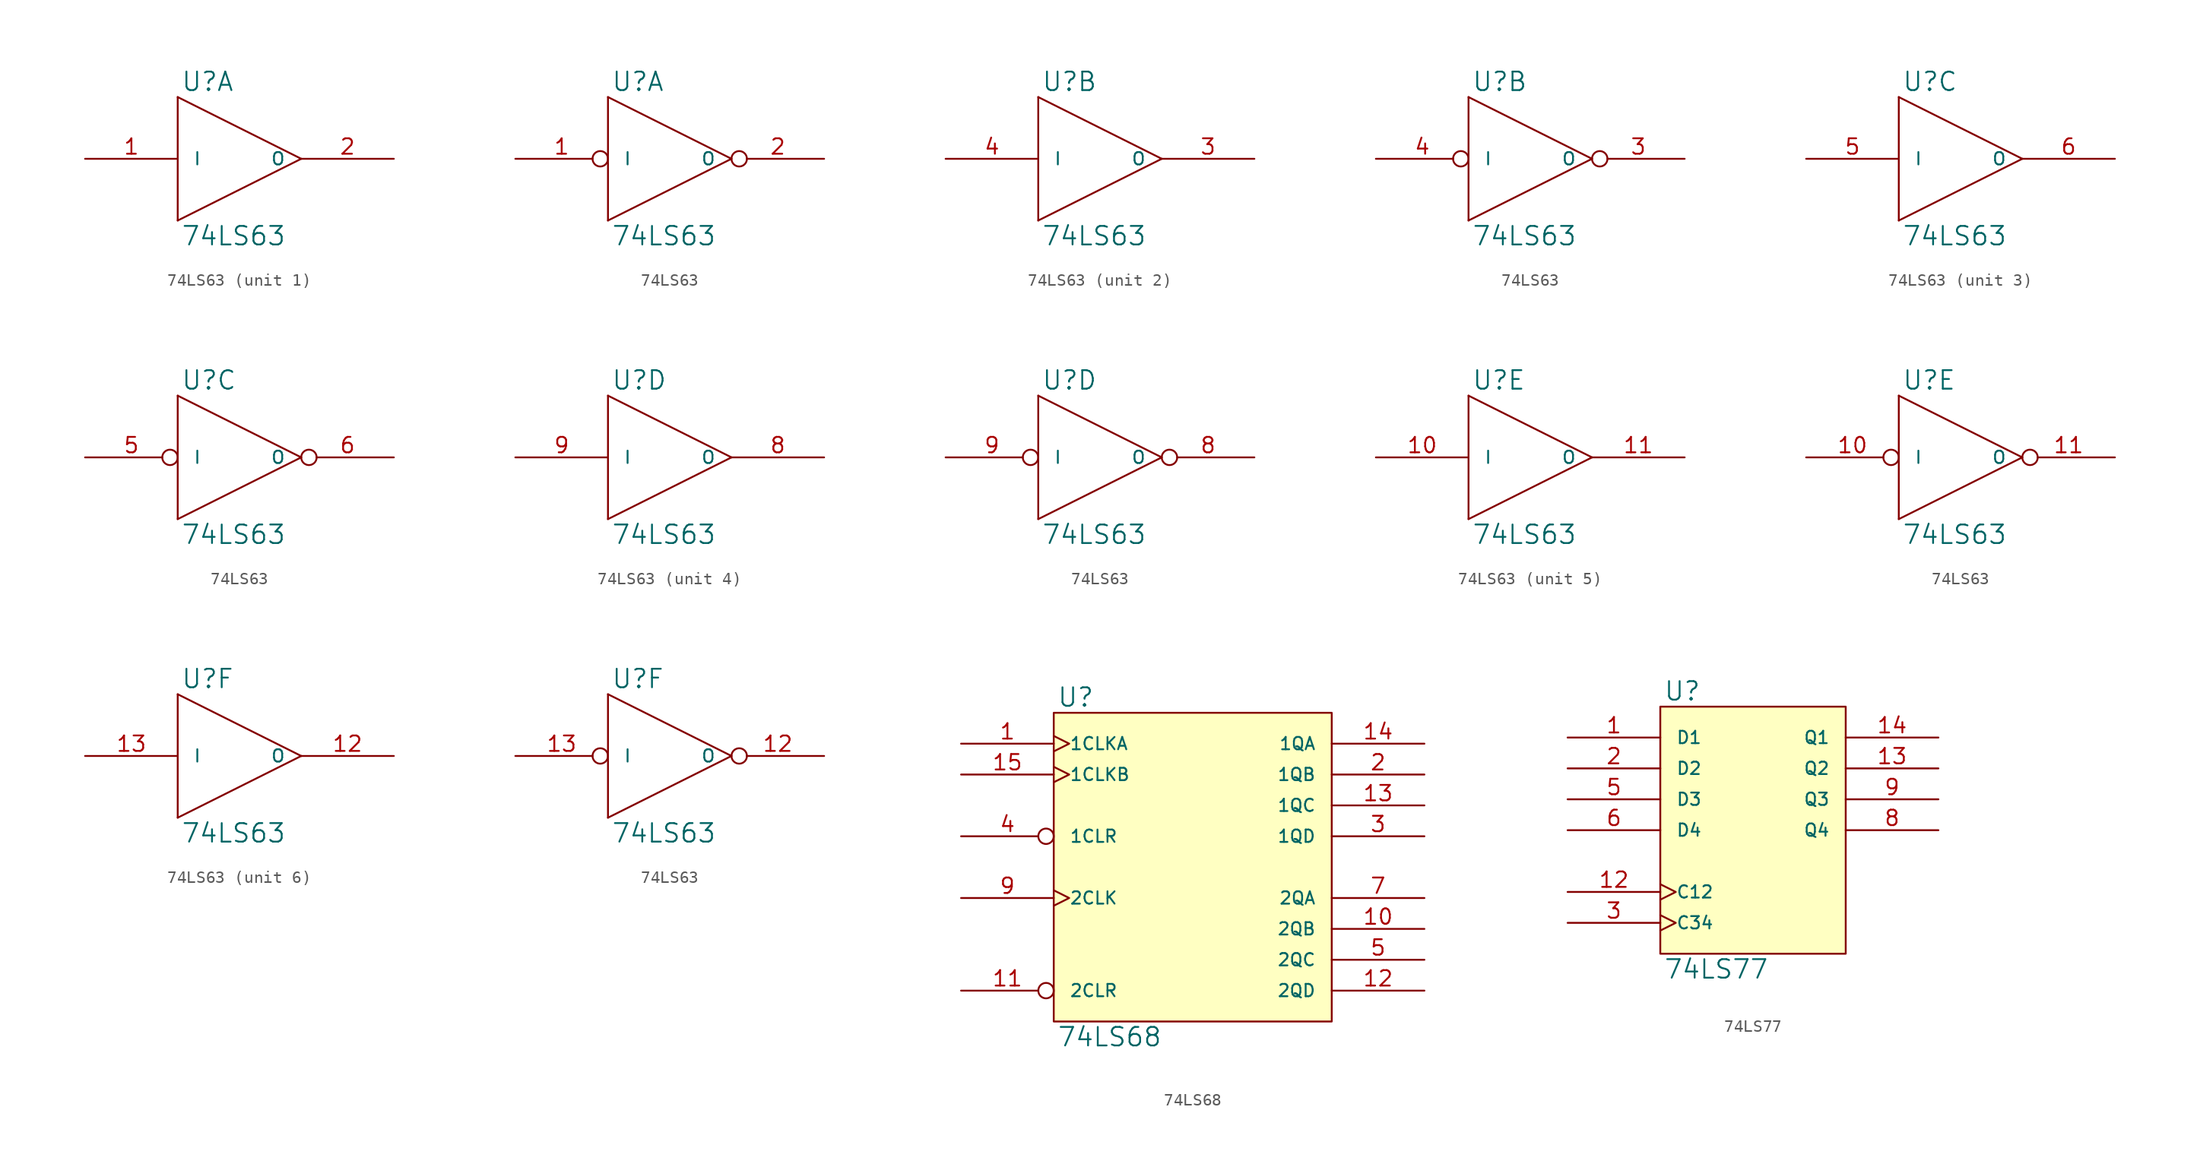
<source format=kicad_sym>
(kicad_symbol_lib
  (version 20231120)
  (generator "kicad_symbol_editor")
  (generator_version "8.0")
  (symbol "74LS63"
    (pin_names
      (offset 1.27))
    (property "Reference" "U"
      (at 0.254 0.381 0)
      (effects (font (size 1.524 1.524)) (justify left bottom)))
    (property "Value" "74LS63"
      (at 0.254 -10.541 0)
      (effects (font (size 1.524 1.524)) (justify left top)))
    (symbol "74LS63_0_1"
      (polyline (pts (xy 0 -10.16) (xy 0 0)) (stroke (width 0) (type solid)) (fill (type none)))
      (polyline (pts (xy 0 0) (xy 10.16 -5.08)) (stroke (width 0) (type solid)) (fill (type none)))
      (polyline (pts (xy 10.16 -5.08) (xy 0 -10.16)) (stroke (width 0) (type solid)) (fill (type none))))
    (symbol "74LS63_0_2"
      (polyline (pts (xy 0 -10.16) (xy 0 0)) (stroke (width 0) (type solid)) (fill (type none)))
      (polyline (pts (xy 0 0) (xy 10.16 -5.08)) (stroke (width 0) (type solid)) (fill (type none)))
      (polyline (pts (xy 10.16 -5.08) (xy 0 -10.16)) (stroke (width 0) (type solid)) (fill (type none))))
    (symbol "74LS63_1_1"
      (pin input line (at -7.62 -5.08 0) (length 7.62) (name "I" (effects (font (size 1.016 1.016)))) (number "1" (effects (font (size 1.27 1.27)))))
      (pin power_in line (at 0 0 270) (length 0) hide (name "VCC" (effects (font (size 1.016 1.016)))) (number "14" (effects (font (size 1.27 1.27)))))
      (pin output line (at 17.78 -5.08 180) (length 7.62) (name "O" (effects (font (size 1.016 1.016)))) (number "2" (effects (font (size 1.27 1.27)))))
      (pin power_in line (at 0 -10.16 90) (length 0) hide (name "GND" (effects (font (size 1.016 1.016)))) (number "7" (effects (font (size 1.27 1.27))))))
    (symbol "74LS63_1_2"
      (pin input inverted (at -7.62 -5.08 0) (length 7.62) (name "I" (effects (font (size 1.016 1.016)))) (number "1" (effects (font (size 1.27 1.27)))))
      (pin power_in line (at 0 0 270) (length 0) hide (name "VCC" (effects (font (size 1.016 1.016)))) (number "14" (effects (font (size 1.27 1.27)))))
      (pin output inverted (at 17.78 -5.08 180) (length 7.62) (name "O" (effects (font (size 1.016 1.016)))) (number "2" (effects (font (size 1.27 1.27)))))
      (pin power_in line (at 0 -10.16 90) (length 0) hide (name "GND" (effects (font (size 1.016 1.016)))) (number "7" (effects (font (size 1.27 1.27))))))
    (symbol "74LS63_2_1"
      (pin power_in line (at 0 0 270) (length 0) hide (name "VCC" (effects (font (size 1.016 1.016)))) (number "14" (effects (font (size 1.27 1.27)))))
      (pin output line (at 17.78 -5.08 180) (length 7.62) (name "O" (effects (font (size 1.016 1.016)))) (number "3" (effects (font (size 1.27 1.27)))))
      (pin input line (at -7.62 -5.08 0) (length 7.62) (name "I" (effects (font (size 1.016 1.016)))) (number "4" (effects (font (size 1.27 1.27)))))
      (pin power_in line (at 0 -10.16 90) (length 0) hide (name "GND" (effects (font (size 1.016 1.016)))) (number "7" (effects (font (size 1.27 1.27))))))
    (symbol "74LS63_2_2"
      (pin power_in line (at 0 0 270) (length 0) hide (name "VCC" (effects (font (size 1.016 1.016)))) (number "14" (effects (font (size 1.27 1.27)))))
      (pin output inverted (at 17.78 -5.08 180) (length 7.62) (name "O" (effects (font (size 1.016 1.016)))) (number "3" (effects (font (size 1.27 1.27)))))
      (pin input inverted (at -7.62 -5.08 0) (length 7.62) (name "I" (effects (font (size 1.016 1.016)))) (number "4" (effects (font (size 1.27 1.27)))))
      (pin power_in line (at 0 -10.16 90) (length 0) hide (name "GND" (effects (font (size 1.016 1.016)))) (number "7" (effects (font (size 1.27 1.27))))))
    (symbol "74LS63_3_1"
      (pin power_in line (at 0 0 270) (length 0) hide (name "VCC" (effects (font (size 1.016 1.016)))) (number "14" (effects (font (size 1.27 1.27)))))
      (pin input line (at -7.62 -5.08 0) (length 7.62) (name "I" (effects (font (size 1.016 1.016)))) (number "5" (effects (font (size 1.27 1.27)))))
      (pin output line (at 17.78 -5.08 180) (length 7.62) (name "O" (effects (font (size 1.016 1.016)))) (number "6" (effects (font (size 1.27 1.27)))))
      (pin power_in line (at 0 -10.16 90) (length 0) hide (name "GND" (effects (font (size 1.016 1.016)))) (number "7" (effects (font (size 1.27 1.27))))))
    (symbol "74LS63_3_2"
      (pin power_in line (at 0 0 270) (length 0) hide (name "VCC" (effects (font (size 1.016 1.016)))) (number "14" (effects (font (size 1.27 1.27)))))
      (pin input inverted (at -7.62 -5.08 0) (length 7.62) (name "I" (effects (font (size 1.016 1.016)))) (number "5" (effects (font (size 1.27 1.27)))))
      (pin output inverted (at 17.78 -5.08 180) (length 7.62) (name "O" (effects (font (size 1.016 1.016)))) (number "6" (effects (font (size 1.27 1.27)))))
      (pin power_in line (at 0 -10.16 90) (length 0) hide (name "GND" (effects (font (size 1.016 1.016)))) (number "7" (effects (font (size 1.27 1.27))))))
    (symbol "74LS63_4_1"
      (pin power_in line (at 0 0 270) (length 0) hide (name "VCC" (effects (font (size 1.016 1.016)))) (number "14" (effects (font (size 1.27 1.27)))))
      (pin power_in line (at 0 -10.16 90) (length 0) hide (name "GND" (effects (font (size 1.016 1.016)))) (number "7" (effects (font (size 1.27 1.27)))))
      (pin output line (at 17.78 -5.08 180) (length 7.62) (name "O" (effects (font (size 1.016 1.016)))) (number "8" (effects (font (size 1.27 1.27)))))
      (pin input line (at -7.62 -5.08 0) (length 7.62) (name "I" (effects (font (size 1.016 1.016)))) (number "9" (effects (font (size 1.27 1.27))))))
    (symbol "74LS63_4_2"
      (pin power_in line (at 0 0 270) (length 0) hide (name "VCC" (effects (font (size 1.016 1.016)))) (number "14" (effects (font (size 1.27 1.27)))))
      (pin power_in line (at 0 -10.16 90) (length 0) hide (name "GND" (effects (font (size 1.016 1.016)))) (number "7" (effects (font (size 1.27 1.27)))))
      (pin output inverted (at 17.78 -5.08 180) (length 7.62) (name "O" (effects (font (size 1.016 1.016)))) (number "8" (effects (font (size 1.27 1.27)))))
      (pin input inverted (at -7.62 -5.08 0) (length 7.62) (name "I" (effects (font (size 1.016 1.016)))) (number "9" (effects (font (size 1.27 1.27))))))
    (symbol "74LS63_5_1"
      (pin input line (at -7.62 -5.08 0) (length 7.62) (name "I" (effects (font (size 1.016 1.016)))) (number "10" (effects (font (size 1.27 1.27)))))
      (pin output line (at 17.78 -5.08 180) (length 7.62) (name "O" (effects (font (size 1.016 1.016)))) (number "11" (effects (font (size 1.27 1.27)))))
      (pin power_in line (at 0 0 270) (length 0) hide (name "VCC" (effects (font (size 1.016 1.016)))) (number "14" (effects (font (size 1.27 1.27)))))
      (pin power_in line (at 0 -10.16 90) (length 0) hide (name "GND" (effects (font (size 1.016 1.016)))) (number "7" (effects (font (size 1.27 1.27))))))
    (symbol "74LS63_5_2"
      (pin input inverted (at -7.62 -5.08 0) (length 7.62) (name "I" (effects (font (size 1.016 1.016)))) (number "10" (effects (font (size 1.27 1.27)))))
      (pin output inverted (at 17.78 -5.08 180) (length 7.62) (name "O" (effects (font (size 1.016 1.016)))) (number "11" (effects (font (size 1.27 1.27)))))
      (pin power_in line (at 0 0 270) (length 0) hide (name "VCC" (effects (font (size 1.016 1.016)))) (number "14" (effects (font (size 1.27 1.27)))))
      (pin power_in line (at 0 -10.16 90) (length 0) hide (name "GND" (effects (font (size 1.016 1.016)))) (number "7" (effects (font (size 1.27 1.27))))))
    (symbol "74LS63_6_1"
      (pin output line (at 17.78 -5.08 180) (length 7.62) (name "O" (effects (font (size 1.016 1.016)))) (number "12" (effects (font (size 1.27 1.27)))))
      (pin input line (at -7.62 -5.08 0) (length 7.62) (name "I" (effects (font (size 1.016 1.016)))) (number "13" (effects (font (size 1.27 1.27)))))
      (pin power_in line (at 0 0 270) (length 0) hide (name "VCC" (effects (font (size 1.016 1.016)))) (number "14" (effects (font (size 1.27 1.27)))))
      (pin power_in line (at 0 -10.16 90) (length 0) hide (name "GND" (effects (font (size 1.016 1.016)))) (number "7" (effects (font (size 1.27 1.27))))))
    (symbol "74LS63_6_2"
      (pin output inverted (at 17.78 -5.08 180) (length 7.62) (name "O" (effects (font (size 1.016 1.016)))) (number "12" (effects (font (size 1.27 1.27)))))
      (pin input inverted (at -7.62 -5.08 0) (length 7.62) (name "I" (effects (font (size 1.016 1.016)))) (number "13" (effects (font (size 1.27 1.27)))))
      (pin power_in line (at 0 0 270) (length 0) hide (name "VCC" (effects (font (size 1.016 1.016)))) (number "14" (effects (font (size 1.27 1.27)))))
      (pin power_in line (at 0 -10.16 90) (length 0) hide (name "GND" (effects (font (size 1.016 1.016)))) (number "7" (effects (font (size 1.27 1.27)))))))
  (symbol "74LS68"
    (pin_names
      (offset 1.27))
    (property "Reference" "U"
      (at 0.254 0.381 0)
      (effects (font (size 1.524 1.524)) (justify left bottom)))
    (property "Value" "74LS68"
      (at 0.254 -25.781 0)
      (effects (font (size 1.524 1.524)) (justify left top)))
    (symbol "74LS68_0_1"
      (rectangle (start 0 0) (end 22.86 -25.4) (stroke (width 0) (type solid)) (fill (type background))))
    (symbol "74LS68_1_1"
      (pin input clock (at -7.62 -2.54 0) (length 7.62) (name "1CLKA" (effects (font (size 1.016 1.016)))) (number "1" (effects (font (size 1.27 1.27)))))
      (pin output line (at 30.48 -17.78 180) (length 7.62) (name "2QB" (effects (font (size 1.016 1.016)))) (number "10" (effects (font (size 1.27 1.27)))))
      (pin input inverted (at -7.62 -22.86 0) (length 7.62) (name "2CLR" (effects (font (size 1.016 1.016)))) (number "11" (effects (font (size 1.27 1.27)))))
      (pin output line (at 30.48 -22.86 180) (length 7.62) (name "2QD" (effects (font (size 1.016 1.016)))) (number "12" (effects (font (size 1.27 1.27)))))
      (pin output line (at 30.48 -7.62 180) (length 7.62) (name "1QC" (effects (font (size 1.016 1.016)))) (number "13" (effects (font (size 1.27 1.27)))))
      (pin output line (at 30.48 -2.54 180) (length 7.62) (name "1QA" (effects (font (size 1.016 1.016)))) (number "14" (effects (font (size 1.27 1.27)))))
      (pin input clock (at -7.62 -5.08 0) (length 7.62) (name "1CLKB" (effects (font (size 1.016 1.016)))) (number "15" (effects (font (size 1.27 1.27)))))
      (pin power_in line (at 0 0 270) (length 0) hide (name "VCC" (effects (font (size 1.016 1.016)))) (number "16" (effects (font (size 1.27 1.27)))))
      (pin output line (at 30.48 -5.08 180) (length 7.62) (name "1QB" (effects (font (size 1.016 1.016)))) (number "2" (effects (font (size 1.27 1.27)))))
      (pin output line (at 30.48 -10.16 180) (length 7.62) (name "1QD" (effects (font (size 1.016 1.016)))) (number "3" (effects (font (size 1.27 1.27)))))
      (pin input inverted (at -7.62 -10.16 0) (length 7.62) (name "1CLR" (effects (font (size 1.016 1.016)))) (number "4" (effects (font (size 1.27 1.27)))))
      (pin output line (at 30.48 -20.32 180) (length 7.62) (name "2QC" (effects (font (size 1.016 1.016)))) (number "5" (effects (font (size 1.27 1.27)))))
      (pin output line (at 30.48 -15.24 180) (length 7.62) (name "2QA" (effects (font (size 1.016 1.016)))) (number "7" (effects (font (size 1.27 1.27)))))
      (pin power_in line (at 0 -25.4 90) (length 0) hide (name "GND" (effects (font (size 1.016 1.016)))) (number "8" (effects (font (size 1.27 1.27)))))
      (pin input clock (at -7.62 -15.24 0) (length 7.62) (name "2CLK" (effects (font (size 1.016 1.016)))) (number "9" (effects (font (size 1.27 1.27)))))))
  (symbol "74LS77"
    (pin_names
      (offset 1.27))
    (property "Reference" "U"
      (at 0.254 0.381 0)
      (effects (font (size 1.524 1.524)) (justify left bottom)))
    (property "Value" "74LS77"
      (at 0.254 -20.701 0)
      (effects (font (size 1.524 1.524)) (justify left top)))
    (symbol "74LS77_0_1"
      (rectangle (start 0 0) (end 15.24 -20.32) (stroke (width 0) (type solid)) (fill (type background))))
    (symbol "74LS77_1_1"
      (pin input line (at -7.62 -2.54 0) (length 7.62) (name "D1" (effects (font (size 1.016 1.016)))) (number "1" (effects (font (size 1.27 1.27)))))
      (pin power_in line (at 0 -20.32 90) (length 0) hide (name "GND" (effects (font (size 1.016 1.016)))) (number "11" (effects (font (size 1.27 1.27)))))
      (pin input clock (at -7.62 -15.24 0) (length 7.62) (name "C12" (effects (font (size 1.016 1.016)))) (number "12" (effects (font (size 1.27 1.27)))))
      (pin output line (at 22.86 -5.08 180) (length 7.62) (name "Q2" (effects (font (size 1.016 1.016)))) (number "13" (effects (font (size 1.27 1.27)))))
      (pin output line (at 22.86 -2.54 180) (length 7.62) (name "Q1" (effects (font (size 1.016 1.016)))) (number "14" (effects (font (size 1.27 1.27)))))
      (pin input line (at -7.62 -5.08 0) (length 7.62) (name "D2" (effects (font (size 1.016 1.016)))) (number "2" (effects (font (size 1.27 1.27)))))
      (pin input clock (at -7.62 -17.78 0) (length 7.62) (name "C34" (effects (font (size 1.016 1.016)))) (number "3" (effects (font (size 1.27 1.27)))))
      (pin power_in line (at 0 0 270) (length 0) hide (name "VCC" (effects (font (size 1.016 1.016)))) (number "4" (effects (font (size 1.27 1.27)))))
      (pin input line (at -7.62 -7.62 0) (length 7.62) (name "D3" (effects (font (size 1.016 1.016)))) (number "5" (effects (font (size 1.27 1.27)))))
      (pin input line (at -7.62 -10.16 0) (length 7.62) (name "D4" (effects (font (size 1.016 1.016)))) (number "6" (effects (font (size 1.27 1.27)))))
      (pin output line (at 22.86 -10.16 180) (length 7.62) (name "Q4" (effects (font (size 1.016 1.016)))) (number "8" (effects (font (size 1.27 1.27)))))
      (pin output line (at 22.86 -7.62 180) (length 7.62) (name "Q3" (effects (font (size 1.016 1.016)))) (number "9" (effects (font (size 1.27 1.27))))))))
</source>
